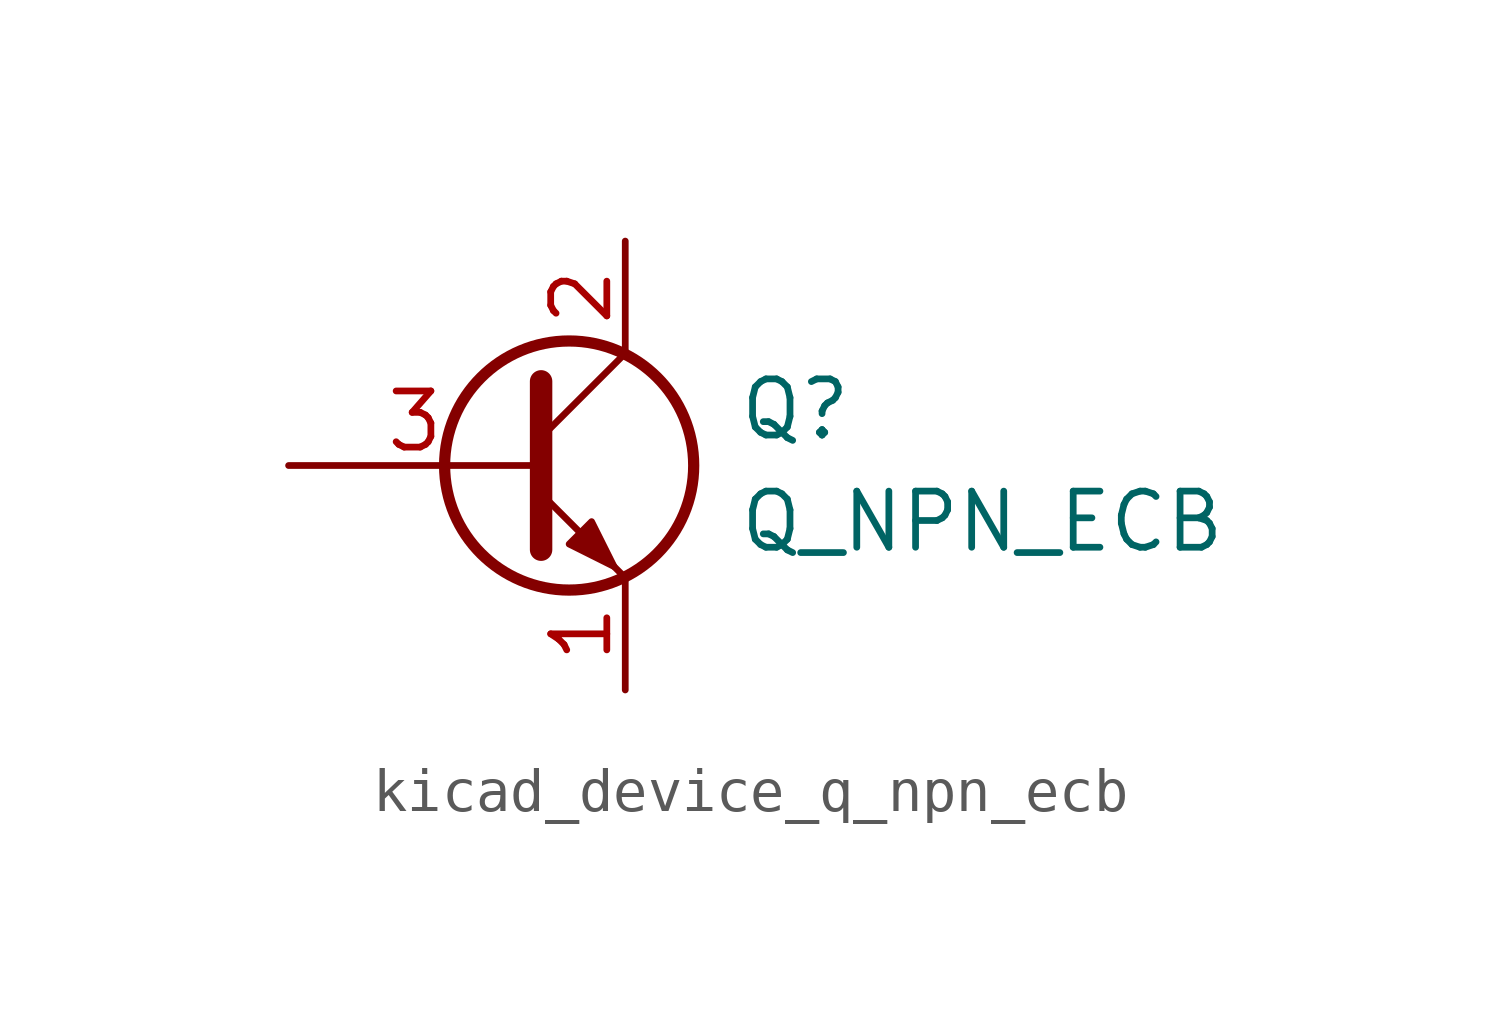
<source format=kicad_sym>
(kicad_symbol_lib
  (version 20220914)
  (generator kicad_symbol_editor)
  (symbol "kicad_device_q_npn_ecb"
    (pin_names
      (offset 0) hide)
    (property "Reference" "Q"
      (at 5.08 1.27 0)
      (effects (font (size 1.27 1.27)) (justify left)))
    (property "Value" "Q_NPN_ECB"
      (at 5.08 -1.27 0)
      (effects (font (size 1.27 1.27)) (justify left)))
    (symbol "kicad_device_q_npn_ecb_0_1"
      (polyline (pts (xy 0.635 0.635) (xy 2.54 2.54)) (stroke (width 0) (type default)) (fill (type none)))
      (polyline (pts (xy 0.635 -0.635) (xy 2.54 -2.54) (xy 2.54 -2.54)) (stroke (width 0) (type default)) (fill (type none)))
      (polyline (pts (xy 0.635 1.905) (xy 0.635 -1.905) (xy 0.635 -1.905)) (stroke (width 0.508) (type default)) (fill (type none)))
      (polyline (pts (xy 1.27 -1.778) (xy 1.778 -1.27) (xy 2.286 -2.286) (xy 1.27 -1.778) (xy 1.27 -1.778)) (stroke (width 0) (type default)) (fill (type outline)))
      (circle (center 1.27 0) (radius 2.819) (stroke (width 0.254) (type default)) (fill (type none))))
    (symbol "kicad_device_q_npn_ecb_1_1"
      (pin passive line (at 2.54 -5.08 90) (length 2.54) (name "E" (effects (font (size 1.27 1.27)))) (number "1" (effects (font (size 1.27 1.27)))))
      (pin passive line (at 2.54 5.08 270) (length 2.54) (name "C" (effects (font (size 1.27 1.27)))) (number "2" (effects (font (size 1.27 1.27)))))
      (pin passive line (at -5.08 0 0) (length 5.715) (name "B" (effects (font (size 1.27 1.27)))) (number "3" (effects (font (size 1.27 1.27))))))))
</source>
